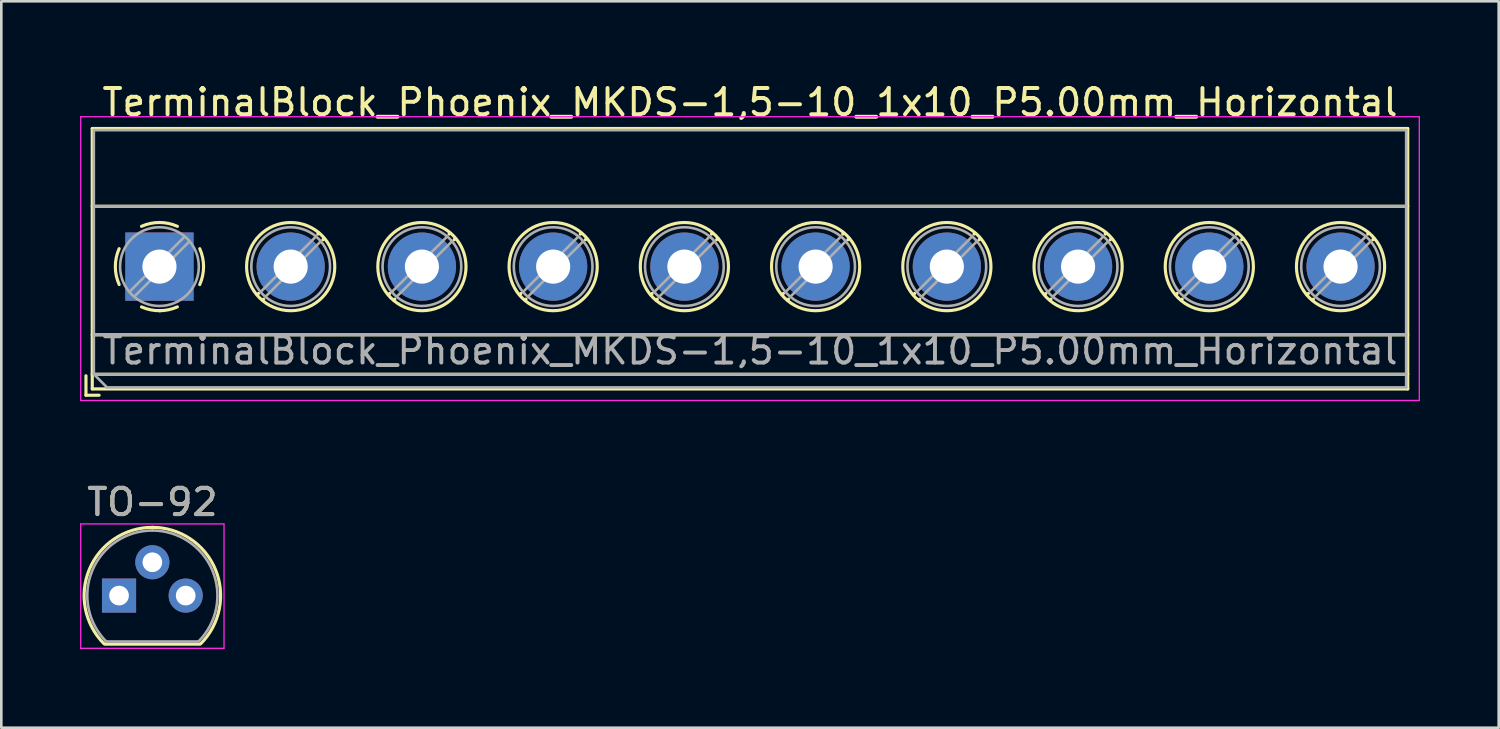
<source format=kicad_pcb>
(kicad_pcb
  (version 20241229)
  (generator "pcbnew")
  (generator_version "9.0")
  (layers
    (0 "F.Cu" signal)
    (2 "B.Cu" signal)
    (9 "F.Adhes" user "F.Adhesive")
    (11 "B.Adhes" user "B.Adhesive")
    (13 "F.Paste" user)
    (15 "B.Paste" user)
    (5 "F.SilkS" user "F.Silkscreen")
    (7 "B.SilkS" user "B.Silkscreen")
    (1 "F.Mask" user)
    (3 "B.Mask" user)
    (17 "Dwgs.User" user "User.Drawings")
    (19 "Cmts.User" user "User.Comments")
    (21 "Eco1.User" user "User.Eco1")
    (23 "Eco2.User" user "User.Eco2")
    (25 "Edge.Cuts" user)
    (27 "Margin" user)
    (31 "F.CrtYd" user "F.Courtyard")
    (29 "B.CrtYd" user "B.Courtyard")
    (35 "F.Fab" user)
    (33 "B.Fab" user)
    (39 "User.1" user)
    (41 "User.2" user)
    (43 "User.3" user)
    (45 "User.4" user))
  (footprint "TerminalBlock_Phoenix_MKDS-1,5-10_1x10_P5.00mm_Horizontal"
    (layer "F.Cu")
    (at 3.025 7.108)
    (property "Reference" "TerminalBlock_Phoenix_MKDS-1,5-10_1x10_P5.00mm_Horizontal" (at 22.5 -6.26 0) (layer "F.SilkS") (effects (font (size 1 1) (thickness 0.15))))
    (attr through_hole)
    (fp_line (start -2.8 4.16) (end -2.8 4.9) (stroke (width 0.12) (type solid)) (layer "F.SilkS"))
    (fp_line (start -2.8 4.9) (end -2.3 4.9) (stroke (width 0.12) (type solid)) (layer "F.SilkS"))
    (fp_line (start -2.56 -5.261) (end -2.56 4.66) (stroke (width 0.12) (type solid)) (layer "F.SilkS"))
    (fp_line (start -2.56 -5.261) (end 47.56 -5.261) (stroke (width 0.12) (type solid)) (layer "F.SilkS"))
    (fp_line (start -2.56 -2.301) (end 47.56 -2.301) (stroke (width 0.12) (type solid)) (layer "F.SilkS"))
    (fp_line (start -2.56 2.6) (end 47.56 2.6) (stroke (width 0.12) (type solid)) (layer "F.SilkS"))
    (fp_line (start -2.56 4.1) (end 47.56 4.1) (stroke (width 0.12) (type solid)) (layer "F.SilkS"))
    (fp_line (start -2.56 4.66) (end 47.56 4.66) (stroke (width 0.12) (type solid)) (layer "F.SilkS"))
    (fp_line (start 3.773 1.023) (end 3.726 1.069) (stroke (width 0.12) (type solid)) (layer "F.SilkS"))
    (fp_line (start 3.966 1.239) (end 3.931 1.274) (stroke (width 0.12) (type solid)) (layer "F.SilkS"))
    (fp_line (start 6.07 -1.275) (end 6.035 -1.239) (stroke (width 0.12) (type solid)) (layer "F.SilkS"))
    (fp_line (start 6.275 -1.069) (end 6.228 -1.023) (stroke (width 0.12) (type solid)) (layer "F.SilkS"))
    (fp_line (start 8.773 1.023) (end 8.726 1.069) (stroke (width 0.12) (type solid)) (layer "F.SilkS"))
    (fp_line (start 8.966 1.239) (end 8.931 1.274) (stroke (width 0.12) (type solid)) (layer "F.SilkS"))
    (fp_line (start 11.07 -1.275) (end 11.035 -1.239) (stroke (width 0.12) (type solid)) (layer "F.SilkS"))
    (fp_line (start 11.275 -1.069) (end 11.228 -1.023) (stroke (width 0.12) (type solid)) (layer "F.SilkS"))
    (fp_line (start 13.773 1.023) (end 13.726 1.069) (stroke (width 0.12) (type solid)) (layer "F.SilkS"))
    (fp_line (start 13.966 1.239) (end 13.931 1.274) (stroke (width 0.12) (type solid)) (layer "F.SilkS"))
    (fp_line (start 16.07 -1.275) (end 16.035 -1.239) (stroke (width 0.12) (type solid)) (layer "F.SilkS"))
    (fp_line (start 16.275 -1.069) (end 16.228 -1.023) (stroke (width 0.12) (type solid)) (layer "F.SilkS"))
    (fp_line (start 18.773 1.023) (end 18.726 1.069) (stroke (width 0.12) (type solid)) (layer "F.SilkS"))
    (fp_line (start 18.966 1.239) (end 18.931 1.274) (stroke (width 0.12) (type solid)) (layer "F.SilkS"))
    (fp_line (start 21.07 -1.275) (end 21.035 -1.239) (stroke (width 0.12) (type solid)) (layer "F.SilkS"))
    (fp_line (start 21.275 -1.069) (end 21.228 -1.023) (stroke (width 0.12) (type solid)) (layer "F.SilkS"))
    (fp_line (start 23.773 1.023) (end 23.726 1.069) (stroke (width 0.12) (type solid)) (layer "F.SilkS"))
    (fp_line (start 23.966 1.239) (end 23.931 1.274) (stroke (width 0.12) (type solid)) (layer "F.SilkS"))
    (fp_line (start 26.07 -1.275) (end 26.035 -1.239) (stroke (width 0.12) (type solid)) (layer "F.SilkS"))
    (fp_line (start 26.275 -1.069) (end 26.228 -1.023) (stroke (width 0.12) (type solid)) (layer "F.SilkS"))
    (fp_line (start 28.773 1.023) (end 28.726 1.069) (stroke (width 0.12) (type solid)) (layer "F.SilkS"))
    (fp_line (start 28.966 1.239) (end 28.931 1.274) (stroke (width 0.12) (type solid)) (layer "F.SilkS"))
    (fp_line (start 31.07 -1.275) (end 31.035 -1.239) (stroke (width 0.12) (type solid)) (layer "F.SilkS"))
    (fp_line (start 31.275 -1.069) (end 31.228 -1.023) (stroke (width 0.12) (type solid)) (layer "F.SilkS"))
    (fp_line (start 33.773 1.023) (end 33.726 1.069) (stroke (width 0.12) (type solid)) (layer "F.SilkS"))
    (fp_line (start 33.966 1.239) (end 33.931 1.274) (stroke (width 0.12) (type solid)) (layer "F.SilkS"))
    (fp_line (start 36.07 -1.275) (end 36.035 -1.239) (stroke (width 0.12) (type solid)) (layer "F.SilkS"))
    (fp_line (start 36.275 -1.069) (end 36.228 -1.023) (stroke (width 0.12) (type solid)) (layer "F.SilkS"))
    (fp_line (start 38.773 1.023) (end 38.726 1.069) (stroke (width 0.12) (type solid)) (layer "F.SilkS"))
    (fp_line (start 38.966 1.239) (end 38.931 1.274) (stroke (width 0.12) (type solid)) (layer "F.SilkS"))
    (fp_line (start 41.07 -1.275) (end 41.035 -1.239) (stroke (width 0.12) (type solid)) (layer "F.SilkS"))
    (fp_line (start 41.275 -1.069) (end 41.228 -1.023) (stroke (width 0.12) (type solid)) (layer "F.SilkS"))
    (fp_line (start 43.773 1.023) (end 43.726 1.069) (stroke (width 0.12) (type solid)) (layer "F.SilkS"))
    (fp_line (start 43.966 1.239) (end 43.931 1.274) (stroke (width 0.12) (type solid)) (layer "F.SilkS"))
    (fp_line (start 46.07 -1.275) (end 46.035 -1.239) (stroke (width 0.12) (type solid)) (layer "F.SilkS"))
    (fp_line (start 46.275 -1.069) (end 46.228 -1.023) (stroke (width 0.12) (type solid)) (layer "F.SilkS"))
    (fp_line (start 47.56 -5.261) (end 47.56 4.66) (stroke (width 0.12) (type solid)) (layer "F.SilkS"))
    (fp_arc (start -1.535427 0.683042) (mid -1.680501 -0.000524) (end -1.535 -0.684) (stroke (width 0.12) (type solid)) (layer "F.SilkS"))
    (fp_arc (start -0.683042 -1.535427) (mid 0.000524 -1.680501) (end 0.684 -1.535) (stroke (width 0.12) (type solid)) (layer "F.SilkS"))
    (fp_arc (start 0.028805 1.680253) (mid -0.335551 1.646659) (end -0.684 1.535) (stroke (width 0.12) (type solid)) (layer "F.SilkS"))
    (fp_arc (start 0.683318 1.534756) (mid 0.349292 1.643288) (end 0 1.68) (stroke (width 0.12) (type solid)) (layer "F.SilkS"))
    (fp_arc (start 1.535427 -0.683042) (mid 1.680501 0.000524) (end 1.535 0.684) (stroke (width 0.12) (type solid)) (layer "F.SilkS"))
    (fp_circle (center 5 0) (end 6.68 0) (stroke (width 0.12) (type solid)) (fill no) (layer "F.SilkS"))
    (fp_circle (center 10 0) (end 11.68 0) (stroke (width 0.12) (type solid)) (fill no) (layer "F.SilkS"))
    (fp_circle (center 15 0) (end 16.68 0) (stroke (width 0.12) (type solid)) (fill no) (layer "F.SilkS"))
    (fp_circle (center 20 0) (end 21.68 0) (stroke (width 0.12) (type solid)) (fill no) (layer "F.SilkS"))
    (fp_circle (center 25 0) (end 26.68 0) (stroke (width 0.12) (type solid)) (fill no) (layer "F.SilkS"))
    (fp_circle (center 30 0) (end 31.68 0) (stroke (width 0.12) (type solid)) (fill no) (layer "F.SilkS"))
    (fp_circle (center 35 0) (end 36.68 0) (stroke (width 0.12) (type solid)) (fill no) (layer "F.SilkS"))
    (fp_circle (center 40 0) (end 41.68 0) (stroke (width 0.12) (type solid)) (fill no) (layer "F.SilkS"))
    (fp_circle (center 45 0) (end 46.68 0) (stroke (width 0.12) (type solid)) (fill no) (layer "F.SilkS"))
    (fp_line (start -3 -5.71) (end -3 5.1) (stroke (width 0.05) (type solid)) (layer "F.CrtYd"))
    (fp_line (start -3 5.1) (end 48 5.1) (stroke (width 0.05) (type solid)) (layer "F.CrtYd"))
    (fp_line (start 48 -5.71) (end -3 -5.71) (stroke (width 0.05) (type solid)) (layer "F.CrtYd"))
    (fp_line (start 48 5.1) (end 48 -5.71) (stroke (width 0.05) (type solid)) (layer "F.CrtYd"))
    (fp_line (start -2.5 -5.2) (end 47.5 -5.2) (stroke (width 0.1) (type solid)) (layer "F.Fab"))
    (fp_line (start -2.5 -2.3) (end 47.5 -2.3) (stroke (width 0.1) (type solid)) (layer "F.Fab"))
    (fp_line (start -2.5 2.6) (end 47.5 2.6) (stroke (width 0.1) (type solid)) (layer "F.Fab"))
    (fp_line (start -2.5 4.1) (end -2.5 -5.2) (stroke (width 0.1) (type solid)) (layer "F.Fab"))
    (fp_line (start -2.5 4.1) (end 47.5 4.1) (stroke (width 0.1) (type solid)) (layer "F.Fab"))
    (fp_line (start -2 4.6) (end -2.5 4.1) (stroke (width 0.1) (type solid)) (layer "F.Fab"))
    (fp_line (start 0.955 -1.138) (end -1.138 0.955) (stroke (width 0.1) (type solid)) (layer "F.Fab"))
    (fp_line (start 1.138 -0.955) (end -0.955 1.138) (stroke (width 0.1) (type solid)) (layer "F.Fab"))
    (fp_line (start 5.955 -1.138) (end 3.863 0.955) (stroke (width 0.1) (type solid)) (layer "F.Fab"))
    (fp_line (start 6.138 -0.955) (end 4.046 1.138) (stroke (width 0.1) (type solid)) (layer "F.Fab"))
    (fp_line (start 10.955 -1.138) (end 8.863 0.955) (stroke (width 0.1) (type solid)) (layer "F.Fab"))
    (fp_line (start 11.138 -0.955) (end 9.046 1.138) (stroke (width 0.1) (type solid)) (layer "F.Fab"))
    (fp_line (start 15.955 -1.138) (end 13.863 0.955) (stroke (width 0.1) (type solid)) (layer "F.Fab"))
    (fp_line (start 16.138 -0.955) (end 14.046 1.138) (stroke (width 0.1) (type solid)) (layer "F.Fab"))
    (fp_line (start 20.955 -1.138) (end 18.863 0.955) (stroke (width 0.1) (type solid)) (layer "F.Fab"))
    (fp_line (start 21.138 -0.955) (end 19.046 1.138) (stroke (width 0.1) (type solid)) (layer "F.Fab"))
    (fp_line (start 25.955 -1.138) (end 23.863 0.955) (stroke (width 0.1) (type solid)) (layer "F.Fab"))
    (fp_line (start 26.138 -0.955) (end 24.046 1.138) (stroke (width 0.1) (type solid)) (layer "F.Fab"))
    (fp_line (start 30.955 -1.138) (end 28.863 0.955) (stroke (width 0.1) (type solid)) (layer "F.Fab"))
    (fp_line (start 31.138 -0.955) (end 29.046 1.138) (stroke (width 0.1) (type solid)) (layer "F.Fab"))
    (fp_line (start 35.955 -1.138) (end 33.863 0.955) (stroke (width 0.1) (type solid)) (layer "F.Fab"))
    (fp_line (start 36.138 -0.955) (end 34.046 1.138) (stroke (width 0.1) (type solid)) (layer "F.Fab"))
    (fp_line (start 40.955 -1.138) (end 38.863 0.955) (stroke (width 0.1) (type solid)) (layer "F.Fab"))
    (fp_line (start 41.138 -0.955) (end 39.046 1.138) (stroke (width 0.1) (type solid)) (layer "F.Fab"))
    (fp_line (start 45.955 -1.138) (end 43.863 0.955) (stroke (width 0.1) (type solid)) (layer "F.Fab"))
    (fp_line (start 46.138 -0.955) (end 44.046 1.138) (stroke (width 0.1) (type solid)) (layer "F.Fab"))
    (fp_line (start 47.5 -5.2) (end 47.5 4.6) (stroke (width 0.1) (type solid)) (layer "F.Fab"))
    (fp_line (start 47.5 4.6) (end -2 4.6) (stroke (width 0.1) (type solid)) (layer "F.Fab"))
    (fp_circle (center 0 0) (end 1.5 0) (stroke (width 0.1) (type solid)) (fill no) (layer "F.Fab"))
    (fp_circle (center 5 0) (end 6.5 0) (stroke (width 0.1) (type solid)) (fill no) (layer "F.Fab"))
    (fp_circle (center 10 0) (end 11.5 0) (stroke (width 0.1) (type solid)) (fill no) (layer "F.Fab"))
    (fp_circle (center 15 0) (end 16.5 0) (stroke (width 0.1) (type solid)) (fill no) (layer "F.Fab"))
    (fp_circle (center 20 0) (end 21.5 0) (stroke (width 0.1) (type solid)) (fill no) (layer "F.Fab"))
    (fp_circle (center 25 0) (end 26.5 0) (stroke (width 0.1) (type solid)) (fill no) (layer "F.Fab"))
    (fp_circle (center 30 0) (end 31.5 0) (stroke (width 0.1) (type solid)) (fill no) (layer "F.Fab"))
    (fp_circle (center 35 0) (end 36.5 0) (stroke (width 0.1) (type solid)) (fill no) (layer "F.Fab"))
    (fp_circle (center 40 0) (end 41.5 0) (stroke (width 0.1) (type solid)) (fill no) (layer "F.Fab"))
    (fp_circle (center 45 0) (end 46.5 0) (stroke (width 0.1) (type solid)) (fill no) (layer "F.Fab"))
    (fp_text user "${REFERENCE}" (at 22.5 3.2 0) (layer "F.Fab") (effects (font (size 1 1) (thickness 0.15))))
    (pad "1" thru_hole rect (at 0 0) (size 2.6 2.6) (drill 1.3) (layers "*.Cu" "*.Mask"))
    (pad "2" thru_hole circle (at 5 0) (size 2.6 2.6) (drill 1.3) (layers "*.Cu" "*.Mask"))
    (pad "3" thru_hole circle (at 10 0) (size 2.6 2.6) (drill 1.3) (layers "*.Cu" "*.Mask"))
    (pad "4" thru_hole circle (at 15 0) (size 2.6 2.6) (drill 1.3) (layers "*.Cu" "*.Mask"))
    (pad "5" thru_hole circle (at 20 0) (size 2.6 2.6) (drill 1.3) (layers "*.Cu" "*.Mask"))
    (pad "6" thru_hole circle (at 25 0) (size 2.6 2.6) (drill 1.3) (layers "*.Cu" "*.Mask"))
    (pad "7" thru_hole circle (at 30 0) (size 2.6 2.6) (drill 1.3) (layers "*.Cu" "*.Mask"))
    (pad "8" thru_hole circle (at 35 0) (size 2.6 2.6) (drill 1.3) (layers "*.Cu" "*.Mask"))
    (pad "9" thru_hole circle (at 40 0) (size 2.6 2.6) (drill 1.3) (layers "*.Cu" "*.Mask"))
    (pad "10" thru_hole circle (at 45 0) (size 2.6 2.6) (drill 1.3) (layers "*.Cu" "*.Mask")))
  (footprint "TO-92"
    (layer "F.Cu")
    (at 1.485 19.642)
    (property "Reference" "TO-92" (at 1.27 -3.56 0) (layer "F.SilkS") (effects (font (size 1 1) (thickness 0.15))))
    (attr through_hole)
    (fp_line (start -0.53 1.85) (end 3.07 1.85) (stroke (width 0.12) (type solid)) (layer "F.SilkS"))
    (fp_arc (start -0.568478 1.838478) (mid -1.132087 -0.994977) (end 1.27 -2.6) (stroke (width 0.12) (type solid)) (layer "F.SilkS"))
    (fp_arc (start 1.27 -2.6) (mid 3.672087 -0.994977) (end 3.108478 1.838478) (stroke (width 0.12) (type solid)) (layer "F.SilkS"))
    (fp_line (start -1.46 -2.73) (end -1.46 2.01) (stroke (width 0.05) (type solid)) (layer "F.CrtYd"))
    (fp_line (start -1.46 -2.73) (end 4 -2.73) (stroke (width 0.05) (type solid)) (layer "F.CrtYd"))
    (fp_line (start 4 2.01) (end -1.46 2.01) (stroke (width 0.05) (type solid)) (layer "F.CrtYd"))
    (fp_line (start 4 2.01) (end 4 -2.73) (stroke (width 0.05) (type solid)) (layer "F.CrtYd"))
    (fp_line (start -0.5 1.75) (end 3 1.75) (stroke (width 0.1) (type solid)) (layer "F.Fab"))
    (fp_arc (start -0.483625 1.753625) (mid -1.021221 -0.949055) (end 1.27 -2.48) (stroke (width 0.1) (type solid)) (layer "F.Fab"))
    (fp_arc (start 1.27 -2.48) (mid 3.561221 -0.949055) (end 3.023625 1.753625) (stroke (width 0.1) (type solid)) (layer "F.Fab"))
    (fp_text user "${REFERENCE}" (at 1.27 -3.56 0) (layer "F.Fab") (effects (font (size 1 1) (thickness 0.15))))
    (pad "1" thru_hole rect (at 0 0 90) (size 1.3 1.3) (drill 0.75) (layers "*.Cu" "*.Mask"))
    (pad "2" thru_hole circle (at 1.27 -1.27 90) (size 1.3 1.3) (drill 0.75) (layers "*.Cu" "*.Mask"))
    (pad "3" thru_hole circle (at 2.54 0 90) (size 1.3 1.3) (drill 0.75) (layers "*.Cu" "*.Mask")))
  (gr_rect
    (start -3 -3)
    (end 54.05 24.677)
    (stroke (width 0.1) (type default))
    (fill no)
    (layer "Edge.Cuts")))
</source>
